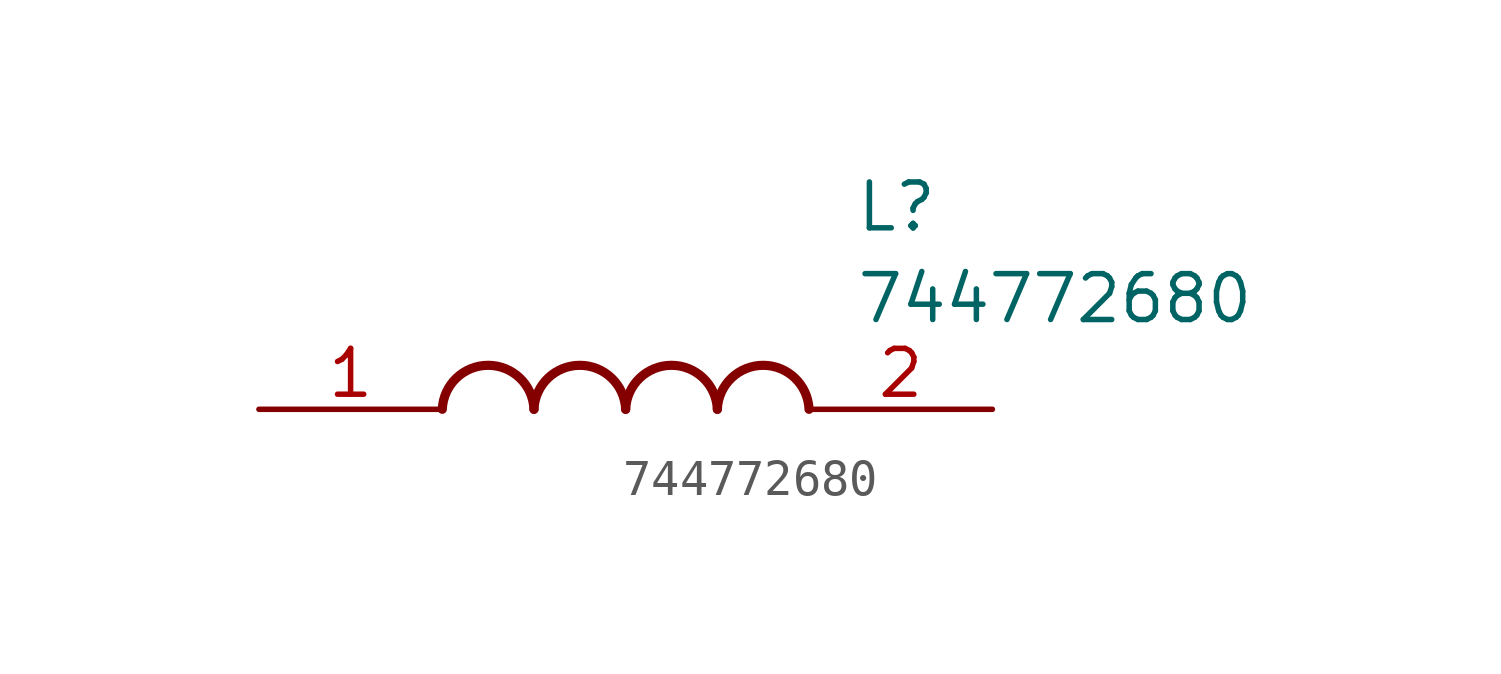
<source format=kicad_sym>
(kicad_symbol_lib
  (version 20211014)
  (generator SamacSys_ECAD_Model)
  (symbol "744772680"
    (pin_names hide)
    (property "Reference" "L"
      (at 16.51 6.35 0)
      (effects (font (size 1.27 1.27)) (justify left top)))
    (property "Value" "744772680"
      (at 16.51 3.81 0)
      (effects (font (size 1.27 1.27)) (justify left top)))
    (arc
      (start 7.62 0)
      (mid 6.35 1.219)
      (end 5.08 0)
      (stroke (width 0.254) (type default))
      (fill (type none)))
    (arc
      (start 10.16 0)
      (mid 8.89 1.219)
      (end 7.62 0)
      (stroke (width 0.254) (type default))
      (fill (type none)))
    (arc
      (start 12.7 0)
      (mid 11.43 1.219)
      (end 10.16 0)
      (stroke (width 0.254) (type default))
      (fill (type none)))
    (arc
      (start 15.24 0)
      (mid 13.97 1.219)
      (end 12.7 0)
      (stroke (width 0.254) (type default))
      (fill (type none)))
    (pin passive line
      (at 0 0 0)
      (length 5.08)
      (name "1" (effects (font (size 1.27 1.27))))
      (number "1" (effects (font (size 1.27 1.27)))))
    (pin passive line
      (at 20.32 0 180)
      (length 5.08)
      (name "2" (effects (font (size 1.27 1.27))))
      (number "2" (effects (font (size 1.27 1.27)))))))
</source>
